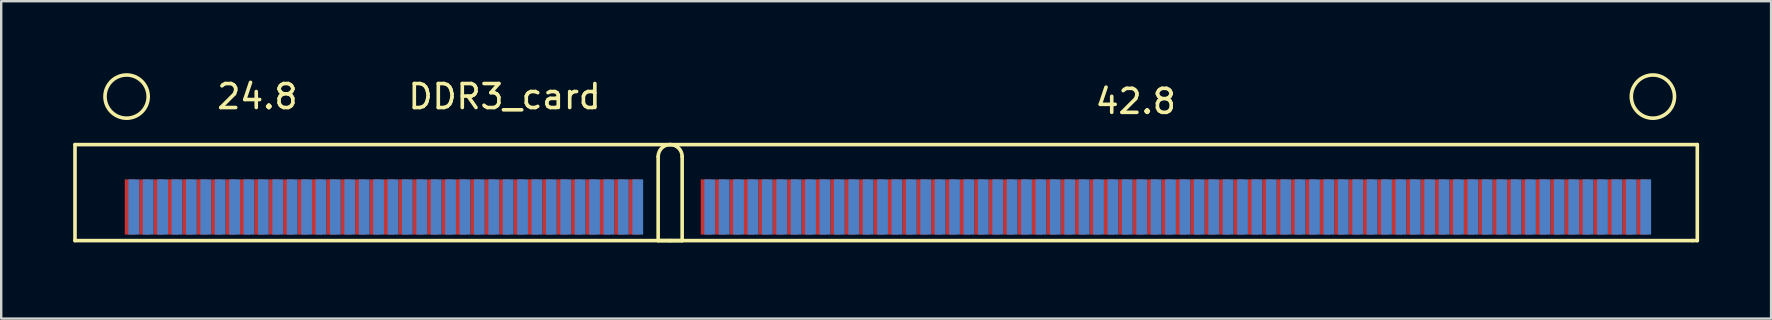
<source format=kicad_pcb>
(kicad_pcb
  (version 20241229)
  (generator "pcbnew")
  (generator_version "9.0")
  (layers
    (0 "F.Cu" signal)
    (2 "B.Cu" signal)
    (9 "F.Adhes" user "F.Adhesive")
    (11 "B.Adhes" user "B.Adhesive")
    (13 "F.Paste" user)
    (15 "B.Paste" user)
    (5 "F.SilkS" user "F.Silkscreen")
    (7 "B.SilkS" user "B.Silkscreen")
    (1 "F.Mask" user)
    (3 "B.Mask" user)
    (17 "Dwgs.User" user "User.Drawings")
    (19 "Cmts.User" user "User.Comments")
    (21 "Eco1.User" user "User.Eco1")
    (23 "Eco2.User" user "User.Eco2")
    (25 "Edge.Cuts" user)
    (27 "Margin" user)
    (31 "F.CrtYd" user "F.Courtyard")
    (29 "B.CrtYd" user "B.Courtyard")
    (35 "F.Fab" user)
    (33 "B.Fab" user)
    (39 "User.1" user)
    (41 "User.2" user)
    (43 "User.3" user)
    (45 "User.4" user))
  (footprint "DDR3_card"
    (layer "F.Cu")
    (at 24.875 6.975)
    (property "Reference" "DDR3_card" (at -6.9 -6 0) (layer "F.SilkS") (effects (font (size 1 1) (thickness 0.15))))
    (attr through_hole)
    (fp_line (start -24.8 -4) (end 0 -4) (stroke (width 0.15) (type solid)) (layer "F.SilkS"))
    (fp_line (start -24.8 0) (end -24.8 -4) (stroke (width 0.15) (type solid)) (layer "F.SilkS"))
    (fp_line (start -0.5 -3.5) (end -0.5 0) (stroke (width 0.15) (type solid)) (layer "F.SilkS"))
    (fp_line (start -0.5 0) (end 0.5 0) (stroke (width 0.15) (type solid)) (layer "F.SilkS"))
    (fp_line (start 0 0) (end -24.8 0) (stroke (width 0.15) (type solid)) (layer "F.SilkS"))
    (fp_line (start 0 0) (end 42.6 0) (stroke (width 0.15) (type solid)) (layer "F.SilkS"))
    (fp_line (start 0.5 -3.5) (end 0.5 0) (stroke (width 0.15) (type solid)) (layer "F.SilkS"))
    (fp_line (start 42.6 0) (end 42.8 0) (stroke (width 0.15) (type solid)) (layer "F.SilkS"))
    (fp_line (start 42.8 -4) (end 0 -4) (stroke (width 0.15) (type solid)) (layer "F.SilkS"))
    (fp_line (start 42.8 0) (end 42.8 -4) (stroke (width 0.15) (type solid)) (layer "F.SilkS"))
    (fp_arc (start -0.5 -3.5) (mid 0 -4) (end 0.5 -3.5) (stroke (width 0.15) (type solid)) (layer "F.SilkS"))
    (fp_circle (center -22.65 -6) (end -21.75 -6) (stroke (width 0.15) (type solid)) (fill no) (layer "F.SilkS"))
    (fp_circle (center 40.95 -6) (end 41.85 -6) (stroke (width 0.15) (type solid)) (fill no) (layer "F.SilkS"))
    (fp_text user "24.8" (at -17.2 -6 0) (layer "F.SilkS") (effects (font (size 1 1) (thickness 0.15))))
    (fp_text user "42.8" (at 19.4 -5.8 0) (layer "F.SilkS") (effects (font (size 1 1) (thickness 0.15))))
    (pad "1" smd rect (at -22.5 -1.4) (size 0.45 2.3) (layers "F.Cu" "F.Mask"))
    (pad "2" smd rect (at -22.35 -1.4) (size 0.45 2.3) (layers "B.Cu" "B.Mask"))
    (pad "3" smd rect (at -21.9 -1.4) (size 0.45 2.3) (layers "F.Cu" "F.Mask"))
    (pad "4" smd rect (at -21.75 -1.4) (size 0.45 2.3) (layers "B.Cu" "B.Mask"))
    (pad "5" smd rect (at -21.3 -1.4) (size 0.45 2.3) (layers "F.Cu" "F.Mask"))
    (pad "6" smd rect (at -21.15 -1.4) (size 0.45 2.3) (layers "B.Cu" "B.Mask"))
    (pad "7" smd rect (at -20.7 -1.4) (size 0.45 2.3) (layers "F.Cu" "F.Mask"))
    (pad "8" smd rect (at -20.55 -1.4) (size 0.45 2.3) (layers "B.Cu" "B.Mask"))
    (pad "9" smd rect (at -20.1 -1.4) (size 0.45 2.3) (layers "F.Cu" "F.Mask"))
    (pad "10" smd rect (at -19.95 -1.4) (size 0.45 2.3) (layers "B.Cu" "B.Mask"))
    (pad "11" smd rect (at -19.5 -1.4) (size 0.45 2.3) (layers "F.Cu" "F.Mask"))
    (pad "12" smd rect (at -19.35 -1.4) (size 0.45 2.3) (layers "B.Cu" "B.Mask"))
    (pad "13" smd rect (at -18.9 -1.4) (size 0.45 2.3) (layers "F.Cu" "F.Mask"))
    (pad "14" smd rect (at -18.75 -1.4) (size 0.45 2.3) (layers "B.Cu" "B.Mask"))
    (pad "15" smd rect (at -18.3 -1.4) (size 0.45 2.3) (layers "F.Cu" "F.Mask"))
    (pad "16" smd rect (at -18.15 -1.4) (size 0.45 2.3) (layers "B.Cu" "B.Mask"))
    (pad "17" smd rect (at -17.7 -1.4) (size 0.45 2.3) (layers "F.Cu" "F.Mask"))
    (pad "18" smd rect (at -17.55 -1.4) (size 0.45 2.3) (layers "B.Cu" "B.Mask"))
    (pad "19" smd rect (at -17.1 -1.4) (size 0.45 2.3) (layers "F.Cu" "F.Mask"))
    (pad "20" smd rect (at -16.95 -1.4) (size 0.45 2.3) (layers "B.Cu" "B.Mask"))
    (pad "21" smd rect (at -16.5 -1.4) (size 0.45 2.3) (layers "F.Cu" "F.Mask"))
    (pad "22" smd rect (at -16.35 -1.4) (size 0.45 2.3) (layers "B.Cu" "B.Mask"))
    (pad "23" smd rect (at -15.9 -1.4) (size 0.45 2.3) (layers "F.Cu" "F.Mask"))
    (pad "24" smd rect (at -15.75 -1.4) (size 0.45 2.3) (layers "B.Cu" "B.Mask"))
    (pad "25" smd rect (at -15.3 -1.4) (size 0.45 2.3) (layers "F.Cu" "F.Mask"))
    (pad "26" smd rect (at -15.15 -1.4) (size 0.45 2.3) (layers "B.Cu" "B.Mask"))
    (pad "27" smd rect (at -14.7 -1.4) (size 0.45 2.3) (layers "F.Cu" "F.Mask"))
    (pad "28" smd rect (at -14.55 -1.4) (size 0.45 2.3) (layers "B.Cu" "B.Mask"))
    (pad "29" smd rect (at -14.1 -1.4) (size 0.45 2.3) (layers "F.Cu" "F.Mask"))
    (pad "30" smd rect (at -13.95 -1.4) (size 0.45 2.3) (layers "B.Cu" "B.Mask"))
    (pad "31" smd rect (at -13.5 -1.4) (size 0.45 2.3) (layers "F.Cu" "F.Mask"))
    (pad "32" smd rect (at -13.35 -1.4) (size 0.45 2.3) (layers "B.Cu" "B.Mask"))
    (pad "33" smd rect (at -12.9 -1.4) (size 0.45 2.3) (layers "F.Cu" "F.Mask"))
    (pad "34" smd rect (at -12.75 -1.4) (size 0.45 2.3) (layers "B.Cu" "B.Mask"))
    (pad "35" smd rect (at -12.3 -1.4) (size 0.45 2.3) (layers "F.Cu" "F.Mask"))
    (pad "36" smd rect (at -12.15 -1.4) (size 0.45 2.3) (layers "B.Cu" "B.Mask"))
    (pad "37" smd rect (at -11.7 -1.4) (size 0.45 2.3) (layers "F.Cu" "F.Mask"))
    (pad "38" smd rect (at -11.55 -1.4) (size 0.45 2.3) (layers "B.Cu" "B.Mask"))
    (pad "39" smd rect (at -11.1 -1.4) (size 0.45 2.3) (layers "F.Cu" "F.Mask"))
    (pad "40" smd rect (at -10.95 -1.4) (size 0.45 2.3) (layers "B.Cu" "B.Mask"))
    (pad "41" smd rect (at -10.5 -1.4) (size 0.45 2.3) (layers "F.Cu" "F.Mask"))
    (pad "42" smd rect (at -10.35 -1.4) (size 0.45 2.3) (layers "B.Cu" "B.Mask"))
    (pad "43" smd rect (at -9.9 -1.4) (size 0.45 2.3) (layers "F.Cu" "F.Mask"))
    (pad "44" smd rect (at -9.75 -1.4) (size 0.45 2.3) (layers "B.Cu" "B.Mask"))
    (pad "45" smd rect (at -9.3 -1.4) (size 0.45 2.3) (layers "F.Cu" "F.Mask"))
    (pad "46" smd rect (at -9.15 -1.4) (size 0.45 2.3) (layers "B.Cu" "B.Mask"))
    (pad "47" smd rect (at -8.7 -1.4) (size 0.45 2.3) (layers "F.Cu" "F.Mask"))
    (pad "48" smd rect (at -8.55 -1.4) (size 0.45 2.3) (layers "B.Cu" "B.Mask"))
    (pad "49" smd rect (at -8.1 -1.4) (size 0.45 2.3) (layers "F.Cu" "F.Mask"))
    (pad "50" smd rect (at -7.95 -1.4) (size 0.45 2.3) (layers "B.Cu" "B.Mask"))
    (pad "51" smd rect (at -7.5 -1.4) (size 0.45 2.3) (layers "F.Cu" "F.Mask"))
    (pad "52" smd rect (at -7.35 -1.4) (size 0.45 2.3) (layers "B.Cu" "B.Mask"))
    (pad "53" smd rect (at -6.9 -1.4) (size 0.45 2.3) (layers "F.Cu" "F.Mask"))
    (pad "54" smd rect (at -6.75 -1.4) (size 0.45 2.3) (layers "B.Cu" "B.Mask"))
    (pad "55" smd rect (at -6.3 -1.4) (size 0.45 2.3) (layers "F.Cu" "F.Mask"))
    (pad "56" smd rect (at -6.15 -1.4) (size 0.45 2.3) (layers "B.Cu" "B.Mask"))
    (pad "57" smd rect (at -5.7 -1.4) (size 0.45 2.3) (layers "F.Cu" "F.Mask"))
    (pad "58" smd rect (at -5.55 -1.4) (size 0.45 2.3) (layers "B.Cu" "B.Mask"))
    (pad "59" smd rect (at -5.1 -1.4) (size 0.45 2.3) (layers "F.Cu" "F.Mask"))
    (pad "60" smd rect (at -4.95 -1.4) (size 0.45 2.3) (layers "B.Cu" "B.Mask"))
    (pad "61" smd rect (at -4.5 -1.4) (size 0.45 2.3) (layers "F.Cu" "F.Mask"))
    (pad "62" smd rect (at -4.35 -1.4) (size 0.45 2.3) (layers "B.Cu" "B.Mask"))
    (pad "63" smd rect (at -3.9 -1.4) (size 0.45 2.3) (layers "F.Cu" "F.Mask"))
    (pad "64" smd rect (at -3.75 -1.4) (size 0.45 2.3) (layers "B.Cu" "B.Mask"))
    (pad "65" smd rect (at -3.3 -1.4) (size 0.45 2.3) (layers "F.Cu" "F.Mask"))
    (pad "66" smd rect (at -3.15 -1.4) (size 0.45 2.3) (layers "B.Cu" "B.Mask"))
    (pad "67" smd rect (at -2.7 -1.4) (size 0.45 2.3) (layers "F.Cu" "F.Mask"))
    (pad "68" smd rect (at -2.55 -1.4) (size 0.45 2.3) (layers "B.Cu" "B.Mask"))
    (pad "69" smd rect (at -2.1 -1.4) (size 0.45 2.3) (layers "F.Cu" "F.Mask"))
    (pad "70" smd rect (at -1.95 -1.4) (size 0.45 2.3) (layers "B.Cu" "B.Mask"))
    (pad "71" smd rect (at -1.5 -1.4) (size 0.45 2.3) (layers "F.Cu" "F.Mask"))
    (pad "72" smd rect (at -1.35 -1.4) (size 0.45 2.3) (layers "B.Cu" "B.Mask"))
    (pad "73" smd rect (at 1.5 -1.4) (size 0.45 2.3) (layers "F.Cu" "F.Mask"))
    (pad "74" smd rect (at 1.65 -1.4) (size 0.45 2.3) (layers "B.Cu" "B.Mask"))
    (pad "75" smd rect (at 2.1 -1.4) (size 0.45 2.3) (layers "F.Cu" "F.Mask"))
    (pad "76" smd rect (at 2.25 -1.4) (size 0.45 2.3) (layers "B.Cu" "B.Mask"))
    (pad "77" smd rect (at 2.7 -1.4) (size 0.45 2.3) (layers "F.Cu" "F.Mask"))
    (pad "78" smd rect (at 2.85 -1.4) (size 0.45 2.3) (layers "B.Cu" "B.Mask"))
    (pad "79" smd rect (at 3.3 -1.4) (size 0.45 2.3) (layers "F.Cu" "F.Mask"))
    (pad "80" smd rect (at 3.45 -1.4) (size 0.45 2.3) (layers "B.Cu" "B.Mask"))
    (pad "81" smd rect (at 3.9 -1.4) (size 0.45 2.3) (layers "F.Cu" "F.Mask"))
    (pad "82" smd rect (at 4.05 -1.4) (size 0.45 2.3) (layers "B.Cu" "B.Mask"))
    (pad "83" smd rect (at 4.5 -1.4) (size 0.45 2.3) (layers "F.Cu" "F.Mask"))
    (pad "84" smd rect (at 4.65 -1.4) (size 0.45 2.3) (layers "B.Cu" "B.Mask"))
    (pad "85" smd rect (at 5.1 -1.4) (size 0.45 2.3) (layers "F.Cu" "F.Mask"))
    (pad "86" smd rect (at 5.25 -1.4) (size 0.45 2.3) (layers "B.Cu" "B.Mask"))
    (pad "87" smd rect (at 5.7 -1.4) (size 0.45 2.3) (layers "F.Cu" "F.Mask"))
    (pad "88" smd rect (at 5.85 -1.4) (size 0.45 2.3) (layers "B.Cu" "B.Mask"))
    (pad "89" smd rect (at 6.3 -1.4) (size 0.45 2.3) (layers "F.Cu" "F.Mask"))
    (pad "90" smd rect (at 6.45 -1.4) (size 0.45 2.3) (layers "B.Cu" "B.Mask"))
    (pad "91" smd rect (at 6.9 -1.4) (size 0.45 2.3) (layers "F.Cu" "F.Mask"))
    (pad "92" smd rect (at 7.05 -1.4) (size 0.45 2.3) (layers "B.Cu" "B.Mask"))
    (pad "93" smd rect (at 7.5 -1.4) (size 0.45 2.3) (layers "F.Cu" "F.Mask"))
    (pad "94" smd rect (at 7.65 -1.4) (size 0.45 2.3) (layers "B.Cu" "B.Mask"))
    (pad "95" smd rect (at 8.1 -1.4) (size 0.45 2.3) (layers "F.Cu" "F.Mask"))
    (pad "96" smd rect (at 8.25 -1.4) (size 0.45 2.3) (layers "B.Cu" "B.Mask"))
    (pad "97" smd rect (at 8.7 -1.4) (size 0.45 2.3) (layers "F.Cu" "F.Mask"))
    (pad "98" smd rect (at 8.85 -1.4) (size 0.45 2.3) (layers "B.Cu" "B.Mask"))
    (pad "99" smd rect (at 9.3 -1.4) (size 0.45 2.3) (layers "F.Cu" "F.Mask"))
    (pad "100" smd rect (at 9.45 -1.4) (size 0.45 2.3) (layers "B.Cu" "B.Mask"))
    (pad "101" smd rect (at 9.9 -1.4) (size 0.45 2.3) (layers "F.Cu" "F.Mask"))
    (pad "102" smd rect (at 10.05 -1.4) (size 0.45 2.3) (layers "B.Cu" "B.Mask"))
    (pad "103" smd rect (at 10.5 -1.4) (size 0.45 2.3) (layers "F.Cu" "F.Mask"))
    (pad "104" smd rect (at 10.65 -1.4) (size 0.45 2.3) (layers "B.Cu" "B.Mask"))
    (pad "105" smd rect (at 11.1 -1.4) (size 0.45 2.3) (layers "F.Cu" "F.Mask"))
    (pad "106" smd rect (at 11.25 -1.4) (size 0.45 2.3) (layers "B.Cu" "B.Mask"))
    (pad "107" smd rect (at 11.7 -1.4) (size 0.45 2.3) (layers "F.Cu" "F.Mask"))
    (pad "108" smd rect (at 11.85 -1.4) (size 0.45 2.3) (layers "B.Cu" "B.Mask"))
    (pad "109" smd rect (at 12.3 -1.4) (size 0.45 2.3) (layers "F.Cu" "F.Mask"))
    (pad "110" smd rect (at 12.45 -1.4) (size 0.45 2.3) (layers "B.Cu" "B.Mask"))
    (pad "111" smd rect (at 12.9 -1.4) (size 0.45 2.3) (layers "F.Cu" "F.Mask"))
    (pad "112" smd rect (at 13.05 -1.4) (size 0.45 2.3) (layers "B.Cu" "B.Mask"))
    (pad "113" smd rect (at 13.5 -1.4) (size 0.45 2.3) (layers "F.Cu" "F.Mask"))
    (pad "114" smd rect (at 13.65 -1.4) (size 0.45 2.3) (layers "B.Cu" "B.Mask"))
    (pad "115" smd rect (at 14.1 -1.4) (size 0.45 2.3) (layers "F.Cu" "F.Mask"))
    (pad "116" smd rect (at 14.25 -1.4) (size 0.45 2.3) (layers "B.Cu" "B.Mask"))
    (pad "117" smd rect (at 14.7 -1.4) (size 0.45 2.3) (layers "F.Cu" "F.Mask"))
    (pad "118" smd rect (at 14.85 -1.4) (size 0.45 2.3) (layers "B.Cu" "B.Mask"))
    (pad "119" smd rect (at 15.3 -1.4) (size 0.45 2.3) (layers "F.Cu" "F.Mask"))
    (pad "120" smd rect (at 15.45 -1.4) (size 0.45 2.3) (layers "B.Cu" "B.Mask"))
    (pad "121" smd rect (at 15.9 -1.4) (size 0.45 2.3) (layers "F.Cu" "F.Mask"))
    (pad "122" smd rect (at 16.05 -1.4) (size 0.45 2.3) (layers "B.Cu" "B.Mask"))
    (pad "123" smd rect (at 16.5 -1.4) (size 0.45 2.3) (layers "F.Cu" "F.Mask"))
    (pad "124" smd rect (at 16.65 -1.4) (size 0.45 2.3) (layers "B.Cu" "B.Mask"))
    (pad "125" smd rect (at 17.1 -1.4) (size 0.45 2.3) (layers "F.Cu" "F.Mask"))
    (pad "126" smd rect (at 17.25 -1.4) (size 0.45 2.3) (layers "B.Cu" "B.Mask"))
    (pad "127" smd rect (at 17.7 -1.4) (size 0.45 2.3) (layers "F.Cu" "F.Mask"))
    (pad "128" smd rect (at 17.85 -1.4) (size 0.45 2.3) (layers "B.Cu" "B.Mask"))
    (pad "129" smd rect (at 18.3 -1.4) (size 0.45 2.3) (layers "F.Cu" "F.Mask"))
    (pad "130" smd rect (at 18.45 -1.4) (size 0.45 2.3) (layers "B.Cu" "B.Mask"))
    (pad "131" smd rect (at 18.9 -1.4) (size 0.45 2.3) (layers "F.Cu" "F.Mask"))
    (pad "132" smd rect (at 19.05 -1.4) (size 0.45 2.3) (layers "B.Cu" "B.Mask"))
    (pad "133" smd rect (at 19.5 -1.4) (size 0.45 2.3) (layers "F.Cu" "F.Mask"))
    (pad "134" smd rect (at 19.65 -1.4) (size 0.45 2.3) (layers "B.Cu" "B.Mask"))
    (pad "135" smd rect (at 20.1 -1.4) (size 0.45 2.3) (layers "F.Cu" "F.Mask"))
    (pad "136" smd rect (at 20.25 -1.4) (size 0.45 2.3) (layers "B.Cu" "B.Mask"))
    (pad "137" smd rect (at 20.7 -1.4) (size 0.45 2.3) (layers "F.Cu" "F.Mask"))
    (pad "138" smd rect (at 20.85 -1.4) (size 0.45 2.3) (layers "B.Cu" "B.Mask"))
    (pad "139" smd rect (at 21.3 -1.4) (size 0.45 2.3) (layers "F.Cu" "F.Mask"))
    (pad "140" smd rect (at 21.45 -1.4) (size 0.45 2.3) (layers "B.Cu" "B.Mask"))
    (pad "141" smd rect (at 21.9 -1.4) (size 0.45 2.3) (layers "F.Cu" "F.Mask"))
    (pad "142" smd rect (at 22.05 -1.4) (size 0.45 2.3) (layers "B.Cu" "B.Mask"))
    (pad "143" smd rect (at 22.5 -1.4) (size 0.45 2.3) (layers "F.Cu" "F.Mask"))
    (pad "144" smd rect (at 22.65 -1.4) (size 0.45 2.3) (layers "B.Cu" "B.Mask"))
    (pad "145" smd rect (at 23.1 -1.4) (size 0.45 2.3) (layers "F.Cu" "F.Mask"))
    (pad "146" smd rect (at 23.25 -1.4) (size 0.45 2.3) (layers "B.Cu" "B.Mask"))
    (pad "147" smd rect (at 23.7 -1.4) (size 0.45 2.3) (layers "F.Cu" "F.Mask"))
    (pad "148" smd rect (at 23.85 -1.4) (size 0.45 2.3) (layers "B.Cu" "B.Mask"))
    (pad "149" smd rect (at 24.3 -1.4) (size 0.45 2.3) (layers "F.Cu" "F.Mask"))
    (pad "150" smd rect (at 24.45 -1.4) (size 0.45 2.3) (layers "B.Cu" "B.Mask"))
    (pad "151" smd rect (at 24.9 -1.4) (size 0.45 2.3) (layers "F.Cu" "F.Mask"))
    (pad "152" smd rect (at 25.05 -1.4) (size 0.45 2.3) (layers "B.Cu" "B.Mask"))
    (pad "153" smd rect (at 25.5 -1.4) (size 0.45 2.3) (layers "F.Cu" "F.Mask"))
    (pad "154" smd rect (at 25.65 -1.4) (size 0.45 2.3) (layers "B.Cu" "B.Mask"))
    (pad "155" smd rect (at 26.1 -1.4) (size 0.45 2.3) (layers "F.Cu" "F.Mask"))
    (pad "156" smd rect (at 26.25 -1.4) (size 0.45 2.3) (layers "B.Cu" "B.Mask"))
    (pad "157" smd rect (at 26.7 -1.4) (size 0.45 2.3) (layers "F.Cu" "F.Mask"))
    (pad "158" smd rect (at 26.85 -1.4) (size 0.45 2.3) (layers "B.Cu" "B.Mask"))
    (pad "159" smd rect (at 27.3 -1.4) (size 0.45 2.3) (layers "F.Cu" "F.Mask"))
    (pad "160" smd rect (at 27.45 -1.4) (size 0.45 2.3) (layers "B.Cu" "B.Mask"))
    (pad "161" smd rect (at 27.9 -1.4) (size 0.45 2.3) (layers "F.Cu" "F.Mask"))
    (pad "162" smd rect (at 28.05 -1.4) (size 0.45 2.3) (layers "B.Cu" "B.Mask"))
    (pad "163" smd rect (at 28.5 -1.4) (size 0.45 2.3) (layers "F.Cu" "F.Mask"))
    (pad "164" smd rect (at 28.65 -1.4) (size 0.45 2.3) (layers "B.Cu" "B.Mask"))
    (pad "165" smd rect (at 29.1 -1.4) (size 0.45 2.3) (layers "F.Cu" "F.Mask"))
    (pad "166" smd rect (at 29.25 -1.4) (size 0.45 2.3) (layers "B.Cu" "B.Mask"))
    (pad "167" smd rect (at 29.7 -1.4) (size 0.45 2.3) (layers "F.Cu" "F.Mask"))
    (pad "168" smd rect (at 29.85 -1.4) (size 0.45 2.3) (layers "B.Cu" "B.Mask"))
    (pad "169" smd rect (at 30.3 -1.4) (size 0.45 2.3) (layers "F.Cu" "F.Mask"))
    (pad "170" smd rect (at 30.45 -1.4) (size 0.45 2.3) (layers "B.Cu" "B.Mask"))
    (pad "171" smd rect (at 30.9 -1.4) (size 0.45 2.3) (layers "F.Cu" "F.Mask"))
    (pad "172" smd rect (at 31.05 -1.4) (size 0.45 2.3) (layers "B.Cu" "B.Mask"))
    (pad "173" smd rect (at 31.5 -1.4) (size 0.45 2.3) (layers "F.Cu" "F.Mask"))
    (pad "174" smd rect (at 31.65 -1.4) (size 0.45 2.3) (layers "B.Cu" "B.Mask"))
    (pad "175" smd rect (at 32.1 -1.4) (size 0.45 2.3) (layers "F.Cu" "F.Mask"))
    (pad "176" smd rect (at 32.25 -1.4) (size 0.45 2.3) (layers "B.Cu" "B.Mask"))
    (pad "177" smd rect (at 32.7 -1.4) (size 0.45 2.3) (layers "F.Cu" "F.Mask"))
    (pad "178" smd rect (at 32.85 -1.4) (size 0.45 2.3) (layers "B.Cu" "B.Mask"))
    (pad "179" smd rect (at 33.3 -1.4) (size 0.45 2.3) (layers "F.Cu" "F.Mask"))
    (pad "180" smd rect (at 33.45 -1.4) (size 0.45 2.3) (layers "B.Cu" "B.Mask"))
    (pad "181" smd rect (at 33.9 -1.4) (size 0.45 2.3) (layers "F.Cu" "F.Mask"))
    (pad "182" smd rect (at 34.05 -1.4) (size 0.45 2.3) (layers "B.Cu" "B.Mask"))
    (pad "183" smd rect (at 34.5 -1.4) (size 0.45 2.3) (layers "F.Cu" "F.Mask"))
    (pad "184" smd rect (at 34.65 -1.4) (size 0.45 2.3) (layers "B.Cu" "B.Mask"))
    (pad "185" smd rect (at 35.1 -1.4) (size 0.45 2.3) (layers "F.Cu" "F.Mask"))
    (pad "186" smd rect (at 35.25 -1.4) (size 0.45 2.3) (layers "B.Cu" "B.Mask"))
    (pad "187" smd rect (at 35.7 -1.4) (size 0.45 2.3) (layers "F.Cu" "F.Mask"))
    (pad "188" smd rect (at 35.85 -1.4) (size 0.45 2.3) (layers "B.Cu" "B.Mask"))
    (pad "189" smd rect (at 36.3 -1.4) (size 0.45 2.3) (layers "F.Cu" "F.Mask"))
    (pad "190" smd rect (at 36.45 -1.4) (size 0.45 2.3) (layers "B.Cu" "B.Mask"))
    (pad "191" smd rect (at 36.9 -1.4) (size 0.45 2.3) (layers "F.Cu" "F.Mask"))
    (pad "192" smd rect (at 37.05 -1.4) (size 0.45 2.3) (layers "B.Cu" "B.Mask"))
    (pad "193" smd rect (at 37.5 -1.4) (size 0.45 2.3) (layers "F.Cu" "F.Mask"))
    (pad "194" smd rect (at 37.65 -1.4) (size 0.45 2.3) (layers "B.Cu" "B.Mask"))
    (pad "195" smd rect (at 38.1 -1.4) (size 0.45 2.3) (layers "F.Cu" "F.Mask"))
    (pad "196" smd rect (at 38.25 -1.4) (size 0.45 2.3) (layers "B.Cu" "B.Mask"))
    (pad "197" smd rect (at 38.7 -1.4) (size 0.45 2.3) (layers "F.Cu" "F.Mask"))
    (pad "198" smd rect (at 38.85 -1.4) (size 0.45 2.3) (layers "B.Cu" "B.Mask"))
    (pad "199" smd rect (at 39.3 -1.4) (size 0.45 2.3) (layers "F.Cu" "F.Mask"))
    (pad "200" smd rect (at 39.45 -1.4) (size 0.45 2.3) (layers "B.Cu" "B.Mask"))
    (pad "201" smd rect (at 39.9 -1.4) (size 0.45 2.3) (layers "F.Cu" "F.Mask"))
    (pad "202" smd rect (at 40.05 -1.4) (size 0.45 2.3) (layers "B.Cu" "B.Mask"))
    (pad "203" smd rect (at 40.5 -1.4) (size 0.45 2.3) (layers "F.Cu" "F.Mask"))
    (pad "204" smd rect (at 40.65 -1.4) (size 0.45 2.3) (layers "B.Cu" "B.Mask")))
  (gr_rect
    (start -3 -3)
    (end 70.75 10.225)
    (stroke (width 0.1) (type default))
    (fill no)
    (layer "Edge.Cuts")))
</source>
